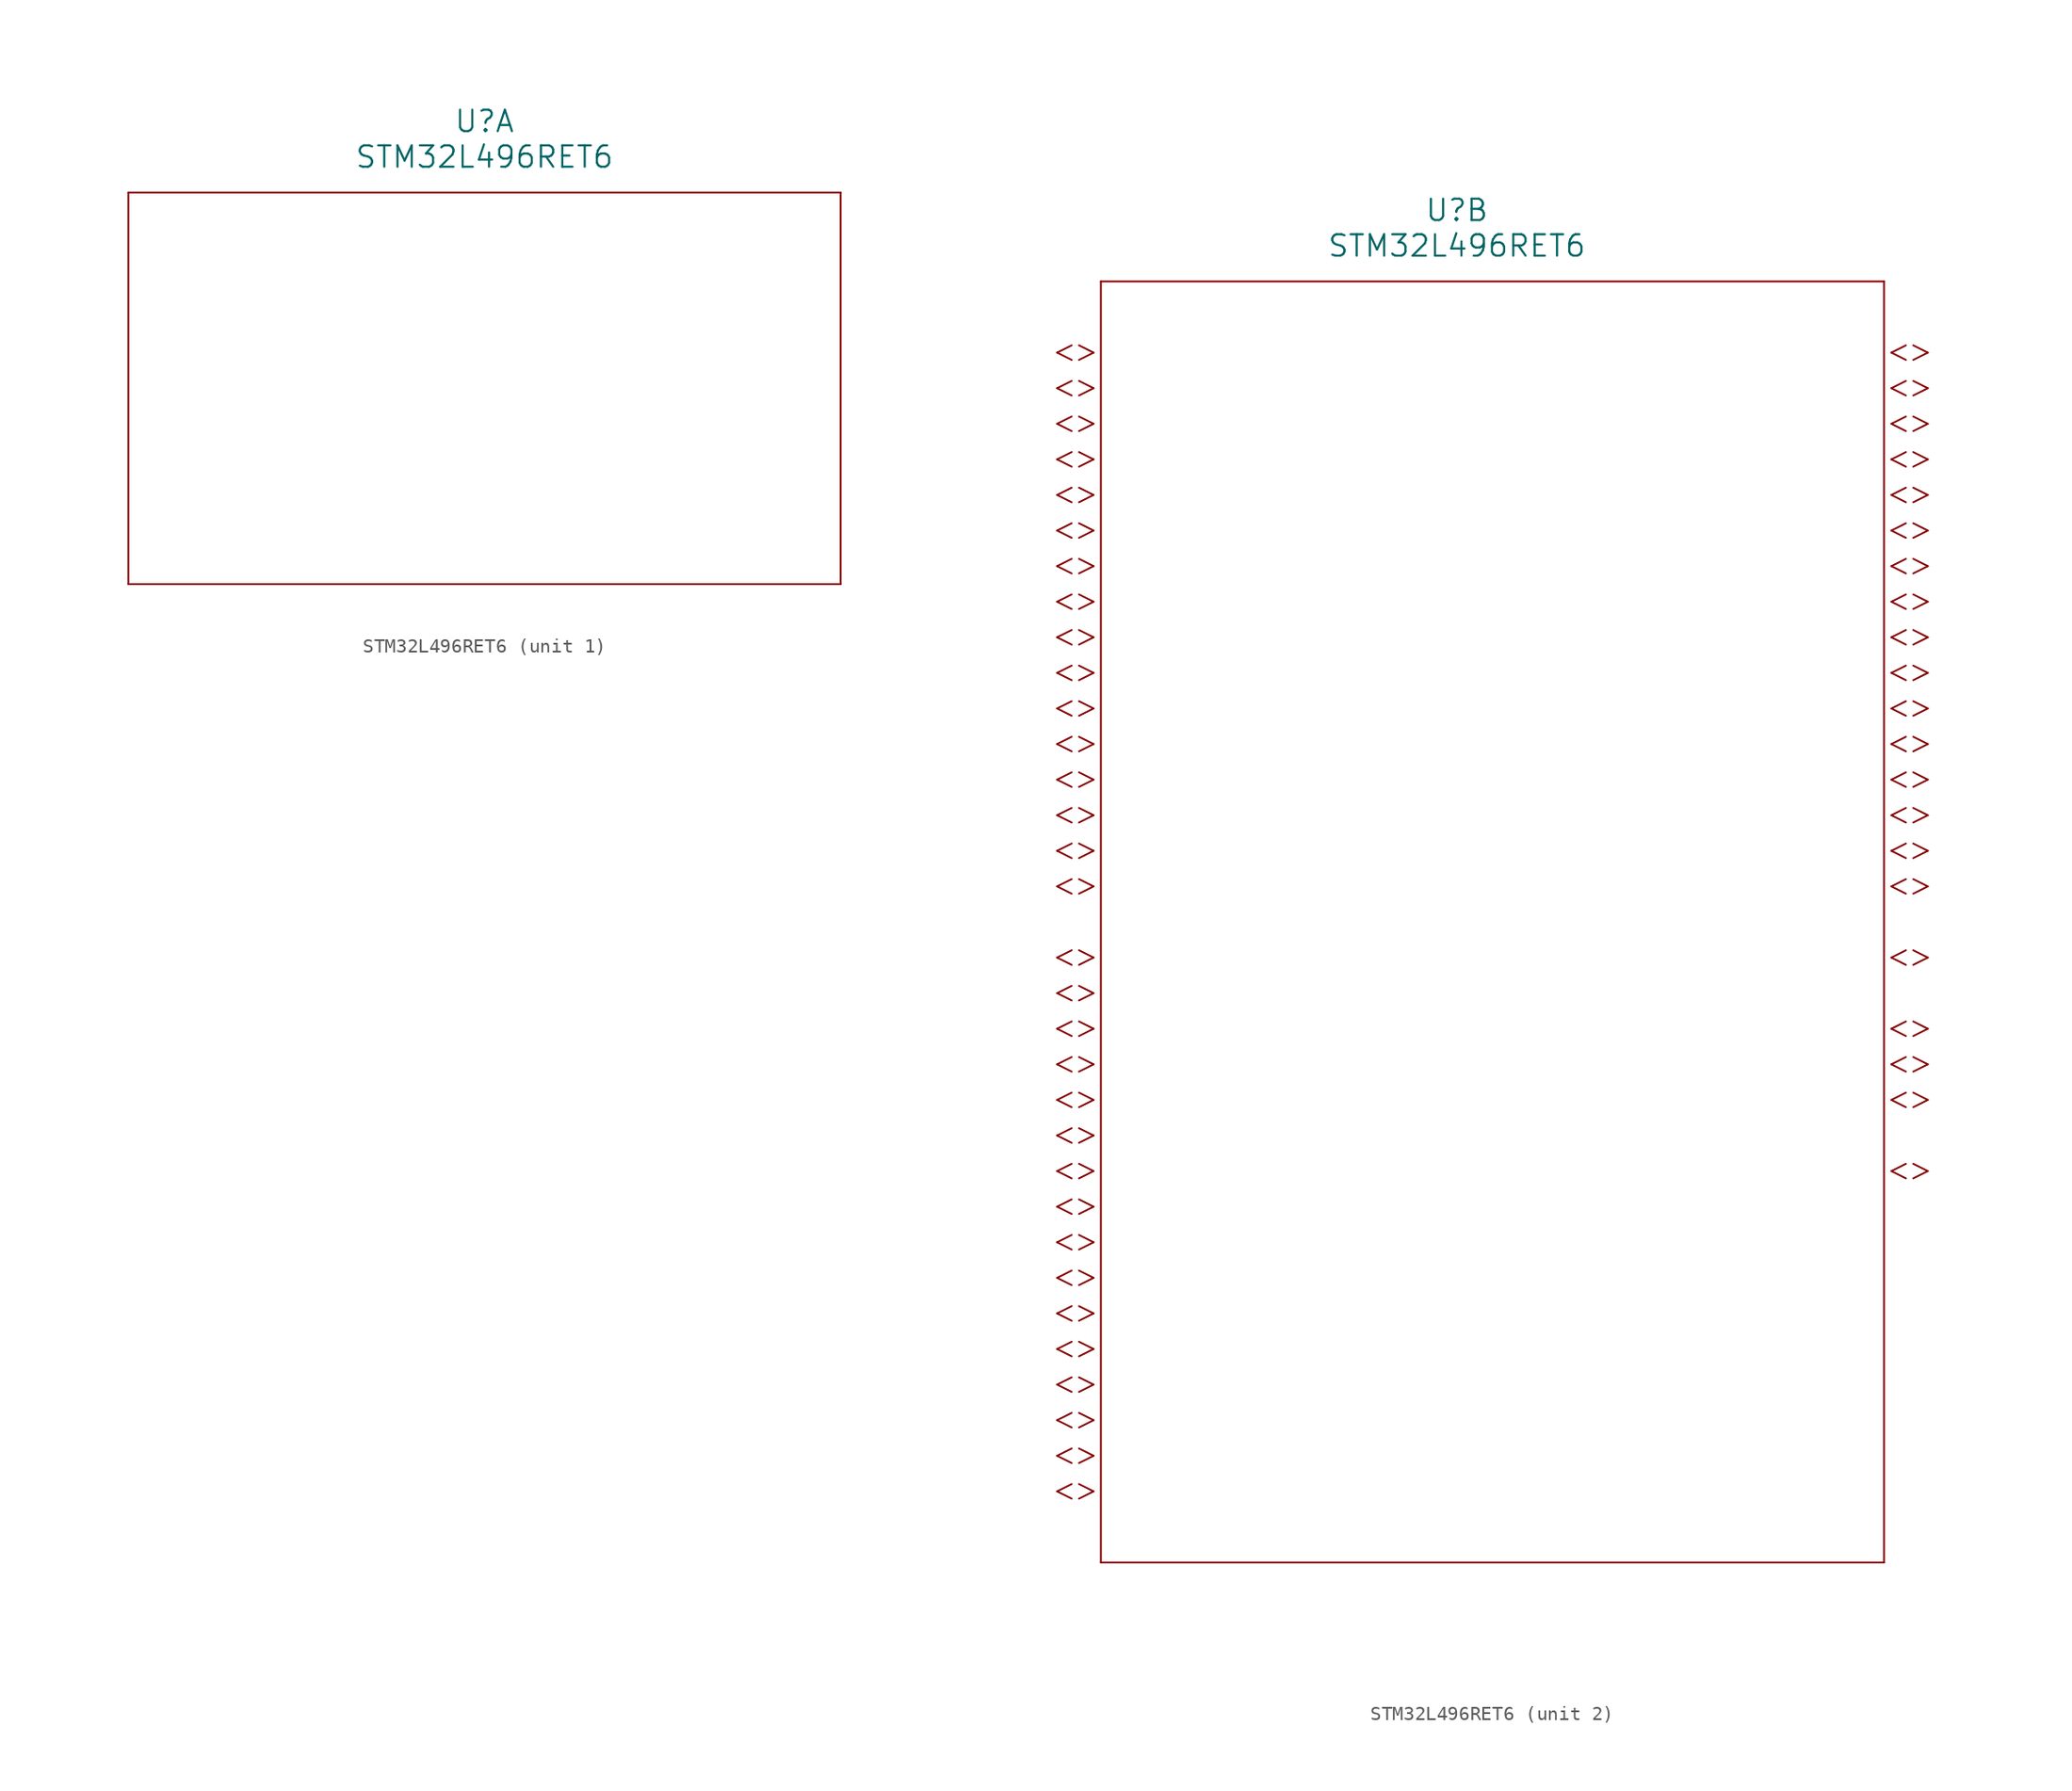
<source format=kicad_sym>
(kicad_symbol_lib
  (version 20241209)
  (generator "kicad_symbol_editor")
  (generator_version "9.0")
  (symbol "STM32L496RET6"
    (pin_names
      (offset 0.254))
    (property "Reference" "U"
      (at 33.02 10.16 0)
      (effects (font (size 1.524 1.524))))
    (property "Value" "STM32L496RET6"
      (at 33.02 7.62 0)
      (effects (font (size 1.524 1.524))))
    (property "ki_locked" ""
      (at 0 0 0)
      (effects (font (size 1.27 1.27))))
    (symbol "STM32L496RET6_1_1"
      (polyline (pts (xy 7.62 5.08) (xy 7.62 -22.86)) (stroke (width 0.127) (type default)) (fill (type none)))
      (polyline (pts (xy 7.62 -22.86) (xy 58.42 -22.86)) (stroke (width 0.127) (type default)) (fill (type none)))
      (polyline (pts (xy 58.42 5.08) (xy 7.62 5.08)) (stroke (width 0.127) (type default)) (fill (type none)))
      (polyline (pts (xy 58.42 -22.86) (xy 58.42 5.08)) (stroke (width 0.127) (type default)) (fill (type none))))
    (symbol "STM32L496RET6_2_1"
      (polyline (pts (xy 5.537 0.521) (xy 4.496 0)) (stroke (width 0.127) (type default)) (fill (type none)))
      (polyline (pts (xy 5.537 -0.521) (xy 4.496 0)) (stroke (width 0.127) (type default)) (fill (type none)))
      (polyline (pts (xy 5.537 -2.019) (xy 4.496 -2.54)) (stroke (width 0.127) (type default)) (fill (type none)))
      (polyline (pts (xy 5.537 -3.061) (xy 4.496 -2.54)) (stroke (width 0.127) (type default)) (fill (type none)))
      (polyline (pts (xy 5.537 -4.559) (xy 4.496 -5.08)) (stroke (width 0.127) (type default)) (fill (type none)))
      (polyline (pts (xy 5.537 -5.601) (xy 4.496 -5.08)) (stroke (width 0.127) (type default)) (fill (type none)))
      (polyline (pts (xy 5.537 -7.099) (xy 4.496 -7.62)) (stroke (width 0.127) (type default)) (fill (type none)))
      (polyline (pts (xy 5.537 -8.141) (xy 4.496 -7.62)) (stroke (width 0.127) (type default)) (fill (type none)))
      (polyline (pts (xy 5.537 -9.639) (xy 4.496 -10.16)) (stroke (width 0.127) (type default)) (fill (type none)))
      (polyline (pts (xy 5.537 -10.681) (xy 4.496 -10.16)) (stroke (width 0.127) (type default)) (fill (type none)))
      (polyline (pts (xy 5.537 -12.179) (xy 4.496 -12.7)) (stroke (width 0.127) (type default)) (fill (type none)))
      (polyline (pts (xy 5.537 -13.221) (xy 4.496 -12.7)) (stroke (width 0.127) (type default)) (fill (type none)))
      (polyline (pts (xy 5.537 -14.719) (xy 4.496 -15.24)) (stroke (width 0.127) (type default)) (fill (type none)))
      (polyline (pts (xy 5.537 -15.761) (xy 4.496 -15.24)) (stroke (width 0.127) (type default)) (fill (type none)))
      (polyline (pts (xy 5.537 -17.259) (xy 4.496 -17.78)) (stroke (width 0.127) (type default)) (fill (type none)))
      (polyline (pts (xy 5.537 -18.301) (xy 4.496 -17.78)) (stroke (width 0.127) (type default)) (fill (type none)))
      (polyline (pts (xy 5.537 -19.799) (xy 4.496 -20.32)) (stroke (width 0.127) (type default)) (fill (type none)))
      (polyline (pts (xy 5.537 -20.841) (xy 4.496 -20.32)) (stroke (width 0.127) (type default)) (fill (type none)))
      (polyline (pts (xy 5.537 -22.339) (xy 4.496 -22.86)) (stroke (width 0.127) (type default)) (fill (type none)))
      (polyline (pts (xy 5.537 -23.381) (xy 4.496 -22.86)) (stroke (width 0.127) (type default)) (fill (type none)))
      (polyline (pts (xy 5.537 -24.879) (xy 4.496 -25.4)) (stroke (width 0.127) (type default)) (fill (type none)))
      (polyline (pts (xy 5.537 -25.921) (xy 4.496 -25.4)) (stroke (width 0.127) (type default)) (fill (type none)))
      (polyline (pts (xy 5.537 -27.419) (xy 4.496 -27.94)) (stroke (width 0.127) (type default)) (fill (type none)))
      (polyline (pts (xy 5.537 -28.461) (xy 4.496 -27.94)) (stroke (width 0.127) (type default)) (fill (type none)))
      (polyline (pts (xy 5.537 -29.959) (xy 4.496 -30.48)) (stroke (width 0.127) (type default)) (fill (type none)))
      (polyline (pts (xy 5.537 -31.001) (xy 4.496 -30.48)) (stroke (width 0.127) (type default)) (fill (type none)))
      (polyline (pts (xy 5.537 -32.499) (xy 4.496 -33.02)) (stroke (width 0.127) (type default)) (fill (type none)))
      (polyline (pts (xy 5.537 -33.541) (xy 4.496 -33.02)) (stroke (width 0.127) (type default)) (fill (type none)))
      (polyline (pts (xy 5.537 -35.039) (xy 4.496 -35.56)) (stroke (width 0.127) (type default)) (fill (type none)))
      (polyline (pts (xy 5.537 -36.081) (xy 4.496 -35.56)) (stroke (width 0.127) (type default)) (fill (type none)))
      (polyline (pts (xy 5.537 -37.579) (xy 4.496 -38.1)) (stroke (width 0.127) (type default)) (fill (type none)))
      (polyline (pts (xy 5.537 -38.621) (xy 4.496 -38.1)) (stroke (width 0.127) (type default)) (fill (type none)))
      (polyline (pts (xy 5.537 -42.659) (xy 4.496 -43.18)) (stroke (width 0.127) (type default)) (fill (type none)))
      (polyline (pts (xy 5.537 -43.701) (xy 4.496 -43.18)) (stroke (width 0.127) (type default)) (fill (type none)))
      (polyline (pts (xy 5.537 -45.199) (xy 4.496 -45.72)) (stroke (width 0.127) (type default)) (fill (type none)))
      (polyline (pts (xy 5.537 -46.241) (xy 4.496 -45.72)) (stroke (width 0.127) (type default)) (fill (type none)))
      (polyline (pts (xy 5.537 -47.739) (xy 4.496 -48.26)) (stroke (width 0.127) (type default)) (fill (type none)))
      (polyline (pts (xy 5.537 -48.781) (xy 4.496 -48.26)) (stroke (width 0.127) (type default)) (fill (type none)))
      (polyline (pts (xy 5.537 -50.279) (xy 4.496 -50.8)) (stroke (width 0.127) (type default)) (fill (type none)))
      (polyline (pts (xy 5.537 -51.321) (xy 4.496 -50.8)) (stroke (width 0.127) (type default)) (fill (type none)))
      (polyline (pts (xy 5.537 -52.819) (xy 4.496 -53.34)) (stroke (width 0.127) (type default)) (fill (type none)))
      (polyline (pts (xy 5.537 -53.861) (xy 4.496 -53.34)) (stroke (width 0.127) (type default)) (fill (type none)))
      (polyline (pts (xy 5.537 -55.359) (xy 4.496 -55.88)) (stroke (width 0.127) (type default)) (fill (type none)))
      (polyline (pts (xy 5.537 -56.401) (xy 4.496 -55.88)) (stroke (width 0.127) (type default)) (fill (type none)))
      (polyline (pts (xy 5.537 -57.899) (xy 4.496 -58.42)) (stroke (width 0.127) (type default)) (fill (type none)))
      (polyline (pts (xy 5.537 -58.941) (xy 4.496 -58.42)) (stroke (width 0.127) (type default)) (fill (type none)))
      (polyline (pts (xy 5.537 -60.439) (xy 4.496 -60.96)) (stroke (width 0.127) (type default)) (fill (type none)))
      (polyline (pts (xy 5.537 -61.481) (xy 4.496 -60.96)) (stroke (width 0.127) (type default)) (fill (type none)))
      (polyline (pts (xy 5.537 -62.979) (xy 4.496 -63.5)) (stroke (width 0.127) (type default)) (fill (type none)))
      (polyline (pts (xy 5.537 -64.021) (xy 4.496 -63.5)) (stroke (width 0.127) (type default)) (fill (type none)))
      (polyline (pts (xy 5.537 -65.519) (xy 4.496 -66.04)) (stroke (width 0.127) (type default)) (fill (type none)))
      (polyline (pts (xy 5.537 -66.561) (xy 4.496 -66.04)) (stroke (width 0.127) (type default)) (fill (type none)))
      (polyline (pts (xy 5.537 -68.059) (xy 4.496 -68.58)) (stroke (width 0.127) (type default)) (fill (type none)))
      (polyline (pts (xy 5.537 -69.101) (xy 4.496 -68.58)) (stroke (width 0.127) (type default)) (fill (type none)))
      (polyline (pts (xy 5.537 -70.599) (xy 4.496 -71.12)) (stroke (width 0.127) (type default)) (fill (type none)))
      (polyline (pts (xy 5.537 -71.641) (xy 4.496 -71.12)) (stroke (width 0.127) (type default)) (fill (type none)))
      (polyline (pts (xy 5.537 -73.139) (xy 4.496 -73.66)) (stroke (width 0.127) (type default)) (fill (type none)))
      (polyline (pts (xy 5.537 -74.181) (xy 4.496 -73.66)) (stroke (width 0.127) (type default)) (fill (type none)))
      (polyline (pts (xy 5.537 -75.679) (xy 4.496 -76.2)) (stroke (width 0.127) (type default)) (fill (type none)))
      (polyline (pts (xy 5.537 -76.721) (xy 4.496 -76.2)) (stroke (width 0.127) (type default)) (fill (type none)))
      (polyline (pts (xy 5.537 -78.219) (xy 4.496 -78.74)) (stroke (width 0.127) (type default)) (fill (type none)))
      (polyline (pts (xy 5.537 -79.261) (xy 4.496 -78.74)) (stroke (width 0.127) (type default)) (fill (type none)))
      (polyline (pts (xy 5.537 -80.759) (xy 4.496 -81.28)) (stroke (width 0.127) (type default)) (fill (type none)))
      (polyline (pts (xy 5.537 -81.801) (xy 4.496 -81.28)) (stroke (width 0.127) (type default)) (fill (type none)))
      (polyline (pts (xy 7.099 0) (xy 6.058 0.521)) (stroke (width 0.127) (type default)) (fill (type none)))
      (polyline (pts (xy 7.099 0) (xy 6.058 -0.521)) (stroke (width 0.127) (type default)) (fill (type none)))
      (polyline (pts (xy 7.099 -2.54) (xy 6.058 -2.019)) (stroke (width 0.127) (type default)) (fill (type none)))
      (polyline (pts (xy 7.099 -2.54) (xy 6.058 -3.061)) (stroke (width 0.127) (type default)) (fill (type none)))
      (polyline (pts (xy 7.099 -5.08) (xy 6.058 -4.559)) (stroke (width 0.127) (type default)) (fill (type none)))
      (polyline (pts (xy 7.099 -5.08) (xy 6.058 -5.601)) (stroke (width 0.127) (type default)) (fill (type none)))
      (polyline (pts (xy 7.099 -7.62) (xy 6.058 -7.099)) (stroke (width 0.127) (type default)) (fill (type none)))
      (polyline (pts (xy 7.099 -7.62) (xy 6.058 -8.141)) (stroke (width 0.127) (type default)) (fill (type none)))
      (polyline (pts (xy 7.099 -10.16) (xy 6.058 -9.639)) (stroke (width 0.127) (type default)) (fill (type none)))
      (polyline (pts (xy 7.099 -10.16) (xy 6.058 -10.681)) (stroke (width 0.127) (type default)) (fill (type none)))
      (polyline (pts (xy 7.099 -12.7) (xy 6.058 -12.179)) (stroke (width 0.127) (type default)) (fill (type none)))
      (polyline (pts (xy 7.099 -12.7) (xy 6.058 -13.221)) (stroke (width 0.127) (type default)) (fill (type none)))
      (polyline (pts (xy 7.099 -15.24) (xy 6.058 -14.719)) (stroke (width 0.127) (type default)) (fill (type none)))
      (polyline (pts (xy 7.099 -15.24) (xy 6.058 -15.761)) (stroke (width 0.127) (type default)) (fill (type none)))
      (polyline (pts (xy 7.099 -17.78) (xy 6.058 -17.259)) (stroke (width 0.127) (type default)) (fill (type none)))
      (polyline (pts (xy 7.099 -17.78) (xy 6.058 -18.301)) (stroke (width 0.127) (type default)) (fill (type none)))
      (polyline (pts (xy 7.099 -20.32) (xy 6.058 -19.799)) (stroke (width 0.127) (type default)) (fill (type none)))
      (polyline (pts (xy 7.099 -20.32) (xy 6.058 -20.841)) (stroke (width 0.127) (type default)) (fill (type none)))
      (polyline (pts (xy 7.099 -22.86) (xy 6.058 -22.339)) (stroke (width 0.127) (type default)) (fill (type none)))
      (polyline (pts (xy 7.099 -22.86) (xy 6.058 -23.381)) (stroke (width 0.127) (type default)) (fill (type none)))
      (polyline (pts (xy 7.099 -25.4) (xy 6.058 -24.879)) (stroke (width 0.127) (type default)) (fill (type none)))
      (polyline (pts (xy 7.099 -25.4) (xy 6.058 -25.921)) (stroke (width 0.127) (type default)) (fill (type none)))
      (polyline (pts (xy 7.099 -27.94) (xy 6.058 -27.419)) (stroke (width 0.127) (type default)) (fill (type none)))
      (polyline (pts (xy 7.099 -27.94) (xy 6.058 -28.461)) (stroke (width 0.127) (type default)) (fill (type none)))
      (polyline (pts (xy 7.099 -30.48) (xy 6.058 -29.959)) (stroke (width 0.127) (type default)) (fill (type none)))
      (polyline (pts (xy 7.099 -30.48) (xy 6.058 -31.001)) (stroke (width 0.127) (type default)) (fill (type none)))
      (polyline (pts (xy 7.099 -33.02) (xy 6.058 -32.499)) (stroke (width 0.127) (type default)) (fill (type none)))
      (polyline (pts (xy 7.099 -33.02) (xy 6.058 -33.541)) (stroke (width 0.127) (type default)) (fill (type none)))
      (polyline (pts (xy 7.099 -35.56) (xy 6.058 -35.039)) (stroke (width 0.127) (type default)) (fill (type none)))
      (polyline (pts (xy 7.099 -35.56) (xy 6.058 -36.081)) (stroke (width 0.127) (type default)) (fill (type none)))
      (polyline (pts (xy 7.099 -38.1) (xy 6.058 -37.579)) (stroke (width 0.127) (type default)) (fill (type none)))
      (polyline (pts (xy 7.099 -38.1) (xy 6.058 -38.621)) (stroke (width 0.127) (type default)) (fill (type none)))
      (polyline (pts (xy 7.099 -43.18) (xy 6.058 -42.659)) (stroke (width 0.127) (type default)) (fill (type none)))
      (polyline (pts (xy 7.099 -43.18) (xy 6.058 -43.701)) (stroke (width 0.127) (type default)) (fill (type none)))
      (polyline (pts (xy 7.099 -45.72) (xy 6.058 -45.199)) (stroke (width 0.127) (type default)) (fill (type none)))
      (polyline (pts (xy 7.099 -45.72) (xy 6.058 -46.241)) (stroke (width 0.127) (type default)) (fill (type none)))
      (polyline (pts (xy 7.099 -48.26) (xy 6.058 -47.739)) (stroke (width 0.127) (type default)) (fill (type none)))
      (polyline (pts (xy 7.099 -48.26) (xy 6.058 -48.781)) (stroke (width 0.127) (type default)) (fill (type none)))
      (polyline (pts (xy 7.099 -50.8) (xy 6.058 -50.279)) (stroke (width 0.127) (type default)) (fill (type none)))
      (polyline (pts (xy 7.099 -50.8) (xy 6.058 -51.321)) (stroke (width 0.127) (type default)) (fill (type none)))
      (polyline (pts (xy 7.099 -53.34) (xy 6.058 -52.819)) (stroke (width 0.127) (type default)) (fill (type none)))
      (polyline (pts (xy 7.099 -53.34) (xy 6.058 -53.861)) (stroke (width 0.127) (type default)) (fill (type none)))
      (polyline (pts (xy 7.099 -55.88) (xy 6.058 -55.359)) (stroke (width 0.127) (type default)) (fill (type none)))
      (polyline (pts (xy 7.099 -55.88) (xy 6.058 -56.401)) (stroke (width 0.127) (type default)) (fill (type none)))
      (polyline (pts (xy 7.099 -58.42) (xy 6.058 -57.899)) (stroke (width 0.127) (type default)) (fill (type none)))
      (polyline (pts (xy 7.099 -58.42) (xy 6.058 -58.941)) (stroke (width 0.127) (type default)) (fill (type none)))
      (polyline (pts (xy 7.099 -60.96) (xy 6.058 -60.439)) (stroke (width 0.127) (type default)) (fill (type none)))
      (polyline (pts (xy 7.099 -60.96) (xy 6.058 -61.481)) (stroke (width 0.127) (type default)) (fill (type none)))
      (polyline (pts (xy 7.099 -63.5) (xy 6.058 -62.979)) (stroke (width 0.127) (type default)) (fill (type none)))
      (polyline (pts (xy 7.099 -63.5) (xy 6.058 -64.021)) (stroke (width 0.127) (type default)) (fill (type none)))
      (polyline (pts (xy 7.099 -66.04) (xy 6.058 -65.519)) (stroke (width 0.127) (type default)) (fill (type none)))
      (polyline (pts (xy 7.099 -66.04) (xy 6.058 -66.561)) (stroke (width 0.127) (type default)) (fill (type none)))
      (polyline (pts (xy 7.099 -68.58) (xy 6.058 -68.059)) (stroke (width 0.127) (type default)) (fill (type none)))
      (polyline (pts (xy 7.099 -68.58) (xy 6.058 -69.101)) (stroke (width 0.127) (type default)) (fill (type none)))
      (polyline (pts (xy 7.099 -71.12) (xy 6.058 -70.599)) (stroke (width 0.127) (type default)) (fill (type none)))
      (polyline (pts (xy 7.099 -71.12) (xy 6.058 -71.641)) (stroke (width 0.127) (type default)) (fill (type none)))
      (polyline (pts (xy 7.099 -73.66) (xy 6.058 -73.139)) (stroke (width 0.127) (type default)) (fill (type none)))
      (polyline (pts (xy 7.099 -73.66) (xy 6.058 -74.181)) (stroke (width 0.127) (type default)) (fill (type none)))
      (polyline (pts (xy 7.099 -76.2) (xy 6.058 -75.679)) (stroke (width 0.127) (type default)) (fill (type none)))
      (polyline (pts (xy 7.099 -76.2) (xy 6.058 -76.721)) (stroke (width 0.127) (type default)) (fill (type none)))
      (polyline (pts (xy 7.099 -78.74) (xy 6.058 -78.219)) (stroke (width 0.127) (type default)) (fill (type none)))
      (polyline (pts (xy 7.099 -78.74) (xy 6.058 -79.261)) (stroke (width 0.127) (type default)) (fill (type none)))
      (polyline (pts (xy 7.099 -81.28) (xy 6.058 -80.759)) (stroke (width 0.127) (type default)) (fill (type none)))
      (polyline (pts (xy 7.099 -81.28) (xy 6.058 -81.801)) (stroke (width 0.127) (type default)) (fill (type none)))
      (polyline (pts (xy 7.62 5.08) (xy 7.62 -86.36)) (stroke (width 0.127) (type default)) (fill (type none)))
      (polyline (pts (xy 7.62 -86.36) (xy 63.5 -86.36)) (stroke (width 0.127) (type default)) (fill (type none)))
      (polyline (pts (xy 63.5 5.08) (xy 7.62 5.08)) (stroke (width 0.127) (type default)) (fill (type none)))
      (polyline (pts (xy 63.5 -86.36) (xy 63.5 5.08)) (stroke (width 0.127) (type default)) (fill (type none)))
      (polyline (pts (xy 64.021 0) (xy 65.062 0.521)) (stroke (width 0.127) (type default)) (fill (type none)))
      (polyline (pts (xy 64.021 0) (xy 65.062 -0.521)) (stroke (width 0.127) (type default)) (fill (type none)))
      (polyline (pts (xy 64.021 -2.54) (xy 65.062 -2.019)) (stroke (width 0.127) (type default)) (fill (type none)))
      (polyline (pts (xy 64.021 -2.54) (xy 65.062 -3.061)) (stroke (width 0.127) (type default)) (fill (type none)))
      (polyline (pts (xy 64.021 -5.08) (xy 65.062 -4.559)) (stroke (width 0.127) (type default)) (fill (type none)))
      (polyline (pts (xy 64.021 -5.08) (xy 65.062 -5.601)) (stroke (width 0.127) (type default)) (fill (type none)))
      (polyline (pts (xy 64.021 -7.62) (xy 65.062 -7.099)) (stroke (width 0.127) (type default)) (fill (type none)))
      (polyline (pts (xy 64.021 -7.62) (xy 65.062 -8.141)) (stroke (width 0.127) (type default)) (fill (type none)))
      (polyline (pts (xy 64.021 -10.16) (xy 65.062 -9.639)) (stroke (width 0.127) (type default)) (fill (type none)))
      (polyline (pts (xy 64.021 -10.16) (xy 65.062 -10.681)) (stroke (width 0.127) (type default)) (fill (type none)))
      (polyline (pts (xy 64.021 -12.7) (xy 65.062 -12.179)) (stroke (width 0.127) (type default)) (fill (type none)))
      (polyline (pts (xy 64.021 -12.7) (xy 65.062 -13.221)) (stroke (width 0.127) (type default)) (fill (type none)))
      (polyline (pts (xy 64.021 -15.24) (xy 65.062 -14.719)) (stroke (width 0.127) (type default)) (fill (type none)))
      (polyline (pts (xy 64.021 -15.24) (xy 65.062 -15.761)) (stroke (width 0.127) (type default)) (fill (type none)))
      (polyline (pts (xy 64.021 -17.78) (xy 65.062 -17.259)) (stroke (width 0.127) (type default)) (fill (type none)))
      (polyline (pts (xy 64.021 -17.78) (xy 65.062 -18.301)) (stroke (width 0.127) (type default)) (fill (type none)))
      (polyline (pts (xy 64.021 -20.32) (xy 65.062 -19.799)) (stroke (width 0.127) (type default)) (fill (type none)))
      (polyline (pts (xy 64.021 -20.32) (xy 65.062 -20.841)) (stroke (width 0.127) (type default)) (fill (type none)))
      (polyline (pts (xy 64.021 -22.86) (xy 65.062 -22.339)) (stroke (width 0.127) (type default)) (fill (type none)))
      (polyline (pts (xy 64.021 -22.86) (xy 65.062 -23.381)) (stroke (width 0.127) (type default)) (fill (type none)))
      (polyline (pts (xy 64.021 -25.4) (xy 65.062 -24.879)) (stroke (width 0.127) (type default)) (fill (type none)))
      (polyline (pts (xy 64.021 -25.4) (xy 65.062 -25.921)) (stroke (width 0.127) (type default)) (fill (type none)))
      (polyline (pts (xy 64.021 -27.94) (xy 65.062 -27.419)) (stroke (width 0.127) (type default)) (fill (type none)))
      (polyline (pts (xy 64.021 -27.94) (xy 65.062 -28.461)) (stroke (width 0.127) (type default)) (fill (type none)))
      (polyline (pts (xy 64.021 -30.48) (xy 65.062 -29.959)) (stroke (width 0.127) (type default)) (fill (type none)))
      (polyline (pts (xy 64.021 -30.48) (xy 65.062 -31.001)) (stroke (width 0.127) (type default)) (fill (type none)))
      (polyline (pts (xy 64.021 -33.02) (xy 65.062 -32.499)) (stroke (width 0.127) (type default)) (fill (type none)))
      (polyline (pts (xy 64.021 -33.02) (xy 65.062 -33.541)) (stroke (width 0.127) (type default)) (fill (type none)))
      (polyline (pts (xy 64.021 -35.56) (xy 65.062 -35.039)) (stroke (width 0.127) (type default)) (fill (type none)))
      (polyline (pts (xy 64.021 -35.56) (xy 65.062 -36.081)) (stroke (width 0.127) (type default)) (fill (type none)))
      (polyline (pts (xy 64.021 -38.1) (xy 65.062 -37.579)) (stroke (width 0.127) (type default)) (fill (type none)))
      (polyline (pts (xy 64.021 -38.1) (xy 65.062 -38.621)) (stroke (width 0.127) (type default)) (fill (type none)))
      (polyline (pts (xy 64.021 -43.18) (xy 65.062 -42.659)) (stroke (width 0.127) (type default)) (fill (type none)))
      (polyline (pts (xy 64.021 -43.18) (xy 65.062 -43.701)) (stroke (width 0.127) (type default)) (fill (type none)))
      (polyline (pts (xy 64.021 -48.26) (xy 65.062 -47.739)) (stroke (width 0.127) (type default)) (fill (type none)))
      (polyline (pts (xy 64.021 -48.26) (xy 65.062 -48.781)) (stroke (width 0.127) (type default)) (fill (type none)))
      (polyline (pts (xy 64.021 -50.8) (xy 65.062 -50.279)) (stroke (width 0.127) (type default)) (fill (type none)))
      (polyline (pts (xy 64.021 -50.8) (xy 65.062 -51.321)) (stroke (width 0.127) (type default)) (fill (type none)))
      (polyline (pts (xy 64.021 -53.34) (xy 65.062 -52.819)) (stroke (width 0.127) (type default)) (fill (type none)))
      (polyline (pts (xy 64.021 -53.34) (xy 65.062 -53.861)) (stroke (width 0.127) (type default)) (fill (type none)))
      (polyline (pts (xy 64.021 -58.42) (xy 65.062 -57.899)) (stroke (width 0.127) (type default)) (fill (type none)))
      (polyline (pts (xy 64.021 -58.42) (xy 65.062 -58.941)) (stroke (width 0.127) (type default)) (fill (type none)))
      (polyline (pts (xy 65.583 0.521) (xy 66.624 0)) (stroke (width 0.127) (type default)) (fill (type none)))
      (polyline (pts (xy 65.583 -0.521) (xy 66.624 0)) (stroke (width 0.127) (type default)) (fill (type none)))
      (polyline (pts (xy 65.583 -2.019) (xy 66.624 -2.54)) (stroke (width 0.127) (type default)) (fill (type none)))
      (polyline (pts (xy 65.583 -3.061) (xy 66.624 -2.54)) (stroke (width 0.127) (type default)) (fill (type none)))
      (polyline (pts (xy 65.583 -4.559) (xy 66.624 -5.08)) (stroke (width 0.127) (type default)) (fill (type none)))
      (polyline (pts (xy 65.583 -5.601) (xy 66.624 -5.08)) (stroke (width 0.127) (type default)) (fill (type none)))
      (polyline (pts (xy 65.583 -7.099) (xy 66.624 -7.62)) (stroke (width 0.127) (type default)) (fill (type none)))
      (polyline (pts (xy 65.583 -8.141) (xy 66.624 -7.62)) (stroke (width 0.127) (type default)) (fill (type none)))
      (polyline (pts (xy 65.583 -9.639) (xy 66.624 -10.16)) (stroke (width 0.127) (type default)) (fill (type none)))
      (polyline (pts (xy 65.583 -10.681) (xy 66.624 -10.16)) (stroke (width 0.127) (type default)) (fill (type none)))
      (polyline (pts (xy 65.583 -12.179) (xy 66.624 -12.7)) (stroke (width 0.127) (type default)) (fill (type none)))
      (polyline (pts (xy 65.583 -13.221) (xy 66.624 -12.7)) (stroke (width 0.127) (type default)) (fill (type none)))
      (polyline (pts (xy 65.583 -14.719) (xy 66.624 -15.24)) (stroke (width 0.127) (type default)) (fill (type none)))
      (polyline (pts (xy 65.583 -15.761) (xy 66.624 -15.24)) (stroke (width 0.127) (type default)) (fill (type none)))
      (polyline (pts (xy 65.583 -17.259) (xy 66.624 -17.78)) (stroke (width 0.127) (type default)) (fill (type none)))
      (polyline (pts (xy 65.583 -18.301) (xy 66.624 -17.78)) (stroke (width 0.127) (type default)) (fill (type none)))
      (polyline (pts (xy 65.583 -19.799) (xy 66.624 -20.32)) (stroke (width 0.127) (type default)) (fill (type none)))
      (polyline (pts (xy 65.583 -20.841) (xy 66.624 -20.32)) (stroke (width 0.127) (type default)) (fill (type none)))
      (polyline (pts (xy 65.583 -22.339) (xy 66.624 -22.86)) (stroke (width 0.127) (type default)) (fill (type none)))
      (polyline (pts (xy 65.583 -23.381) (xy 66.624 -22.86)) (stroke (width 0.127) (type default)) (fill (type none)))
      (polyline (pts (xy 65.583 -24.879) (xy 66.624 -25.4)) (stroke (width 0.127) (type default)) (fill (type none)))
      (polyline (pts (xy 65.583 -25.921) (xy 66.624 -25.4)) (stroke (width 0.127) (type default)) (fill (type none)))
      (polyline (pts (xy 65.583 -27.419) (xy 66.624 -27.94)) (stroke (width 0.127) (type default)) (fill (type none)))
      (polyline (pts (xy 65.583 -28.461) (xy 66.624 -27.94)) (stroke (width 0.127) (type default)) (fill (type none)))
      (polyline (pts (xy 65.583 -29.959) (xy 66.624 -30.48)) (stroke (width 0.127) (type default)) (fill (type none)))
      (polyline (pts (xy 65.583 -31.001) (xy 66.624 -30.48)) (stroke (width 0.127) (type default)) (fill (type none)))
      (polyline (pts (xy 65.583 -32.499) (xy 66.624 -33.02)) (stroke (width 0.127) (type default)) (fill (type none)))
      (polyline (pts (xy 65.583 -33.541) (xy 66.624 -33.02)) (stroke (width 0.127) (type default)) (fill (type none)))
      (polyline (pts (xy 65.583 -35.039) (xy 66.624 -35.56)) (stroke (width 0.127) (type default)) (fill (type none)))
      (polyline (pts (xy 65.583 -36.081) (xy 66.624 -35.56)) (stroke (width 0.127) (type default)) (fill (type none)))
      (polyline (pts (xy 65.583 -37.579) (xy 66.624 -38.1)) (stroke (width 0.127) (type default)) (fill (type none)))
      (polyline (pts (xy 65.583 -38.621) (xy 66.624 -38.1)) (stroke (width 0.127) (type default)) (fill (type none)))
      (polyline (pts (xy 65.583 -42.659) (xy 66.624 -43.18)) (stroke (width 0.127) (type default)) (fill (type none)))
      (polyline (pts (xy 65.583 -43.701) (xy 66.624 -43.18)) (stroke (width 0.127) (type default)) (fill (type none)))
      (polyline (pts (xy 65.583 -47.739) (xy 66.624 -48.26)) (stroke (width 0.127) (type default)) (fill (type none)))
      (polyline (pts (xy 65.583 -48.781) (xy 66.624 -48.26)) (stroke (width 0.127) (type default)) (fill (type none)))
      (polyline (pts (xy 65.583 -50.279) (xy 66.624 -50.8)) (stroke (width 0.127) (type default)) (fill (type none)))
      (polyline (pts (xy 65.583 -51.321) (xy 66.624 -50.8)) (stroke (width 0.127) (type default)) (fill (type none)))
      (polyline (pts (xy 65.583 -52.819) (xy 66.624 -53.34)) (stroke (width 0.127) (type default)) (fill (type none)))
      (polyline (pts (xy 65.583 -53.861) (xy 66.624 -53.34)) (stroke (width 0.127) (type default)) (fill (type none)))
      (polyline (pts (xy 65.583 -57.899) (xy 66.624 -58.42)) (stroke (width 0.127) (type default)) (fill (type none)))
      (polyline (pts (xy 65.583 -58.941) (xy 66.624 -58.42)) (stroke (width 0.127) (type default)) (fill (type none))))))
</source>
